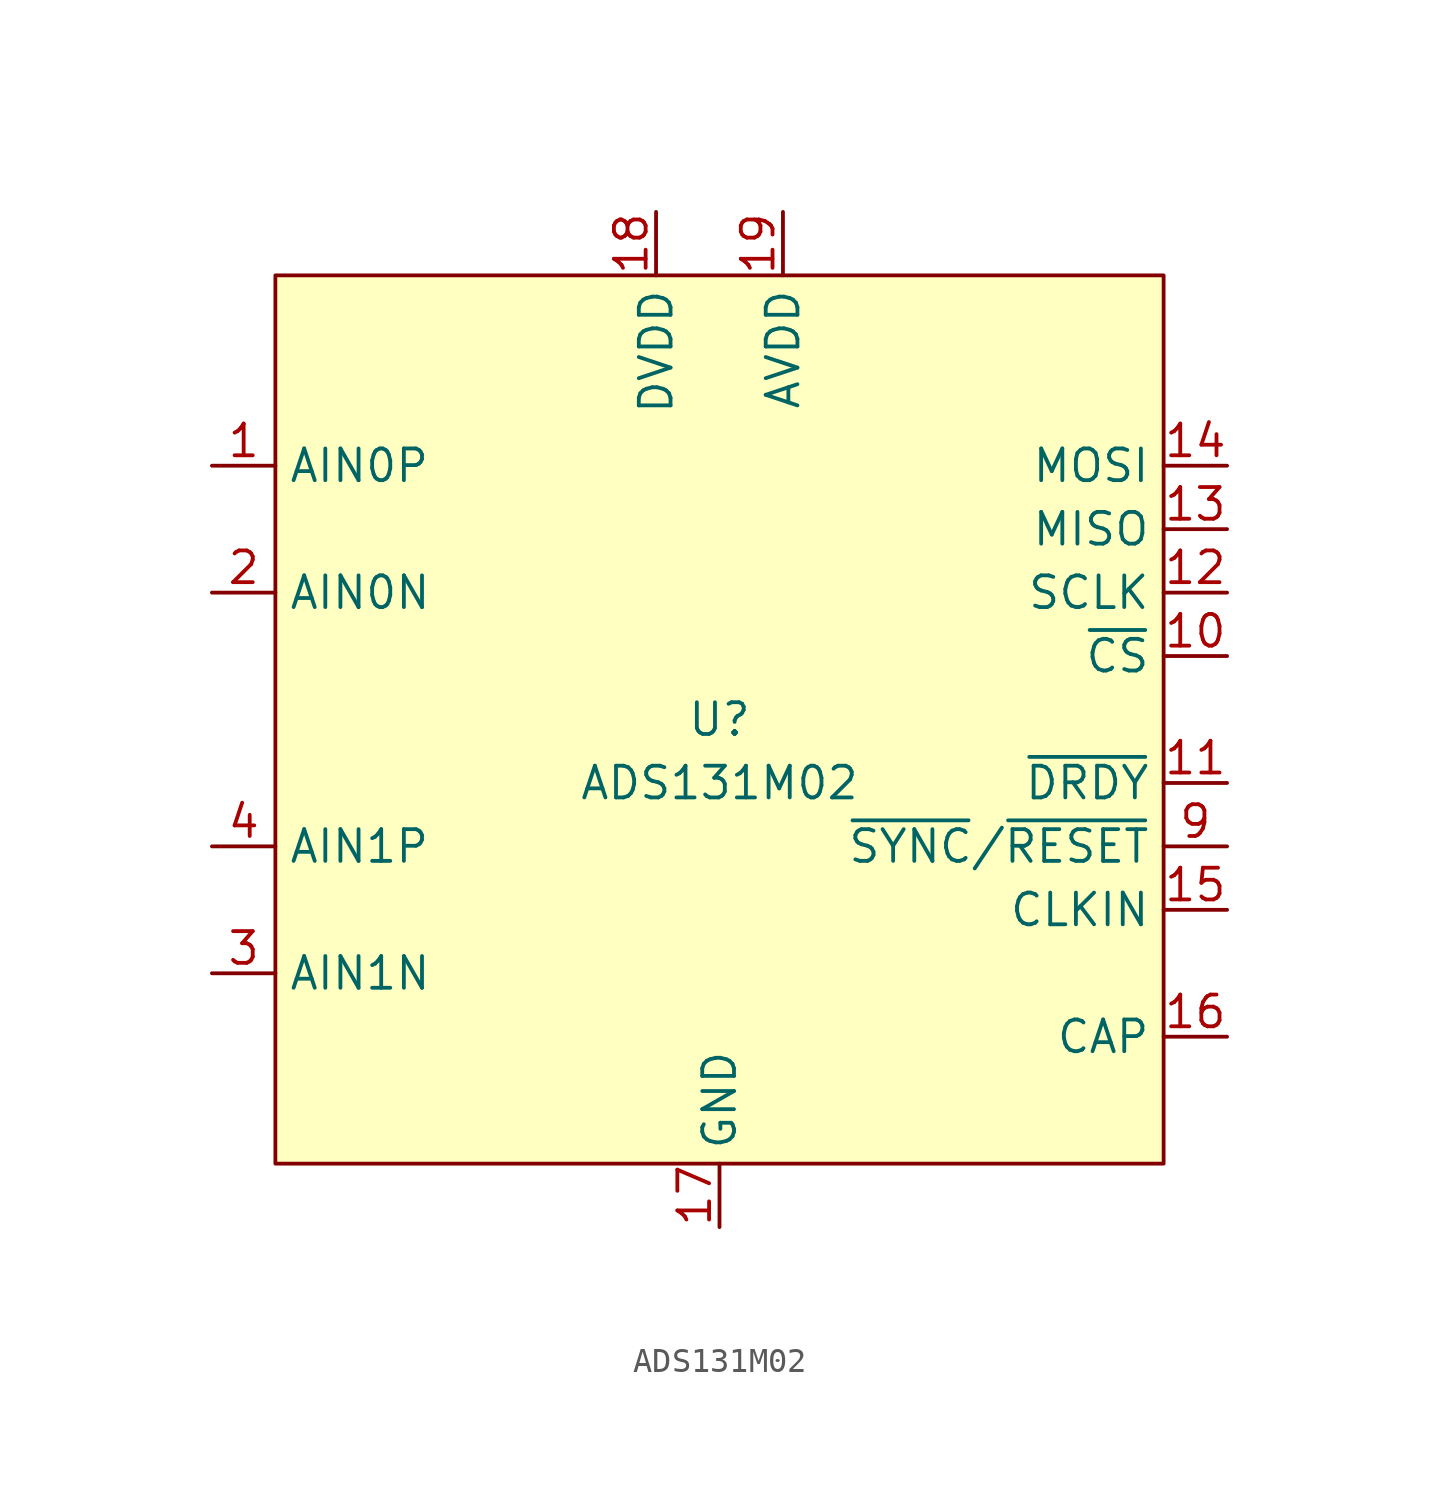
<source format=kicad_sym>
(kicad_symbol_lib
  (version 20231120)
  (generator "kicad_symbol_editor")
  (generator_version "7.99")
  (symbol "ADS131M02"
    (property "Reference" "U"
      (at 0 0 0)
      (do_not_autoplace)
      (effects (font (size 1.27 1.27))))
    (property "Value" "ADS131M02"
      (at 0 -2.54 0)
      (do_not_autoplace)
      (effects (font (size 1.27 1.27))))
    (symbol "ADS131M02_0_0"
      (pin input line (at -20.32 10.16 0) (length 2.54) (name "AIN0P" (effects (font (size 1.27 1.27)))) (number "1" (effects (font (size 1.27 1.27)))))
      (pin input line (at 20.32 2.54 180) (length 2.54) (name "~{CS}" (effects (font (size 1.27 1.27)))) (number "10" (effects (font (size 1.27 1.27)))))
      (pin output line (at 20.32 -2.54 180) (length 2.54) (name "~{DRDY}" (effects (font (size 1.27 1.27)))) (number "11" (effects (font (size 1.27 1.27)))))
      (pin input line (at 20.32 5.08 180) (length 2.54) (name "SCLK" (effects (font (size 1.27 1.27)))) (number "12" (effects (font (size 1.27 1.27)))))
      (pin input line (at 20.32 -7.62 180) (length 2.54) (name "CLKIN" (effects (font (size 1.27 1.27)))) (number "15" (effects (font (size 1.27 1.27)))))
      (pin passive line (at 20.32 -12.7 180) (length 2.54) (name "CAP" (effects (font (size 1.27 1.27)))) (number "16" (effects (font (size 1.27 1.27)))))
      (pin power_in line (at 0 -20.32 90) (length 2.54) (name "GND" (effects (font (size 1.27 1.27)))) (number "17" (effects (font (size 1.27 1.27)))))
      (pin power_in line (at -2.54 20.32 270) (length 2.54) (name "DVDD" (effects (font (size 1.27 1.27)))) (number "18" (effects (font (size 1.27 1.27)))))
      (pin power_in line (at 2.54 20.32 270) (length 2.54) (name "AVDD" (effects (font (size 1.27 1.27)))) (number "19" (effects (font (size 1.27 1.27)))))
      (pin input line (at -20.32 5.08 0) (length 2.54) (name "AIN0N" (effects (font (size 1.27 1.27)))) (number "2" (effects (font (size 1.27 1.27)))))
      (pin passive line (at 0 -20.32 90) (length 2.54) hide (name "AGND" (effects (font (size 1.27 1.27)))) (number "20" (effects (font (size 1.27 1.27)))))
      (pin input line (at -20.32 -10.16 0) (length 2.54) (name "AIN1N" (effects (font (size 1.27 1.27)))) (number "3" (effects (font (size 1.27 1.27)))))
      (pin input line (at -20.32 -5.08 0) (length 2.54) (name "AIN1P" (effects (font (size 1.27 1.27)))) (number "4" (effects (font (size 1.27 1.27)))))
      (pin no_connect line (at -7.62 -17.78 90) (length 2.54) hide (name "NC" (effects (font (size 1.27 1.27)))) (number "5" (effects (font (size 1.27 1.27)))))
      (pin no_connect line (at -10.16 -17.78 90) (length 2.54) hide (name "NC" (effects (font (size 1.27 1.27)))) (number "6" (effects (font (size 1.27 1.27)))))
      (pin no_connect line (at -12.7 -17.78 90) (length 2.54) hide (name "NC" (effects (font (size 1.27 1.27)))) (number "7" (effects (font (size 1.27 1.27)))))
      (pin no_connect line (at -15.24 -17.78 90) (length 2.54) hide (name "NC" (effects (font (size 1.27 1.27)))) (number "8" (effects (font (size 1.27 1.27)))))
      (pin bidirectional line (at 20.32 -5.08 180) (length 2.54) (name "~{SYNC}/~{RESET}" (effects (font (size 1.27 1.27)))) (number "9" (effects (font (size 1.27 1.27))))))
    (symbol "ADS131M02_1_0"
      (pin output line (at 20.32 7.62 180) (length 2.54) (name "MISO" (effects (font (size 1.27 1.27)))) (number "13" (effects (font (size 1.27 1.27)))))
      (pin input line (at 20.32 10.16 180) (length 2.54) (name "MOSI" (effects (font (size 1.27 1.27)))) (number "14" (effects (font (size 1.27 1.27)))))
      (pin passive line (at 0 -20.32 90) (length 2.54) hide (name "EP" (effects (font (size 1.27 1.27)))) (number "21" (effects (font (size 1.27 1.27))))))
    (symbol "ADS131M02_1_1"
      (rectangle (start -17.78 17.78) (end 17.78 -17.78) (stroke (width 0) (type default)) (fill (type background))))))
</source>
